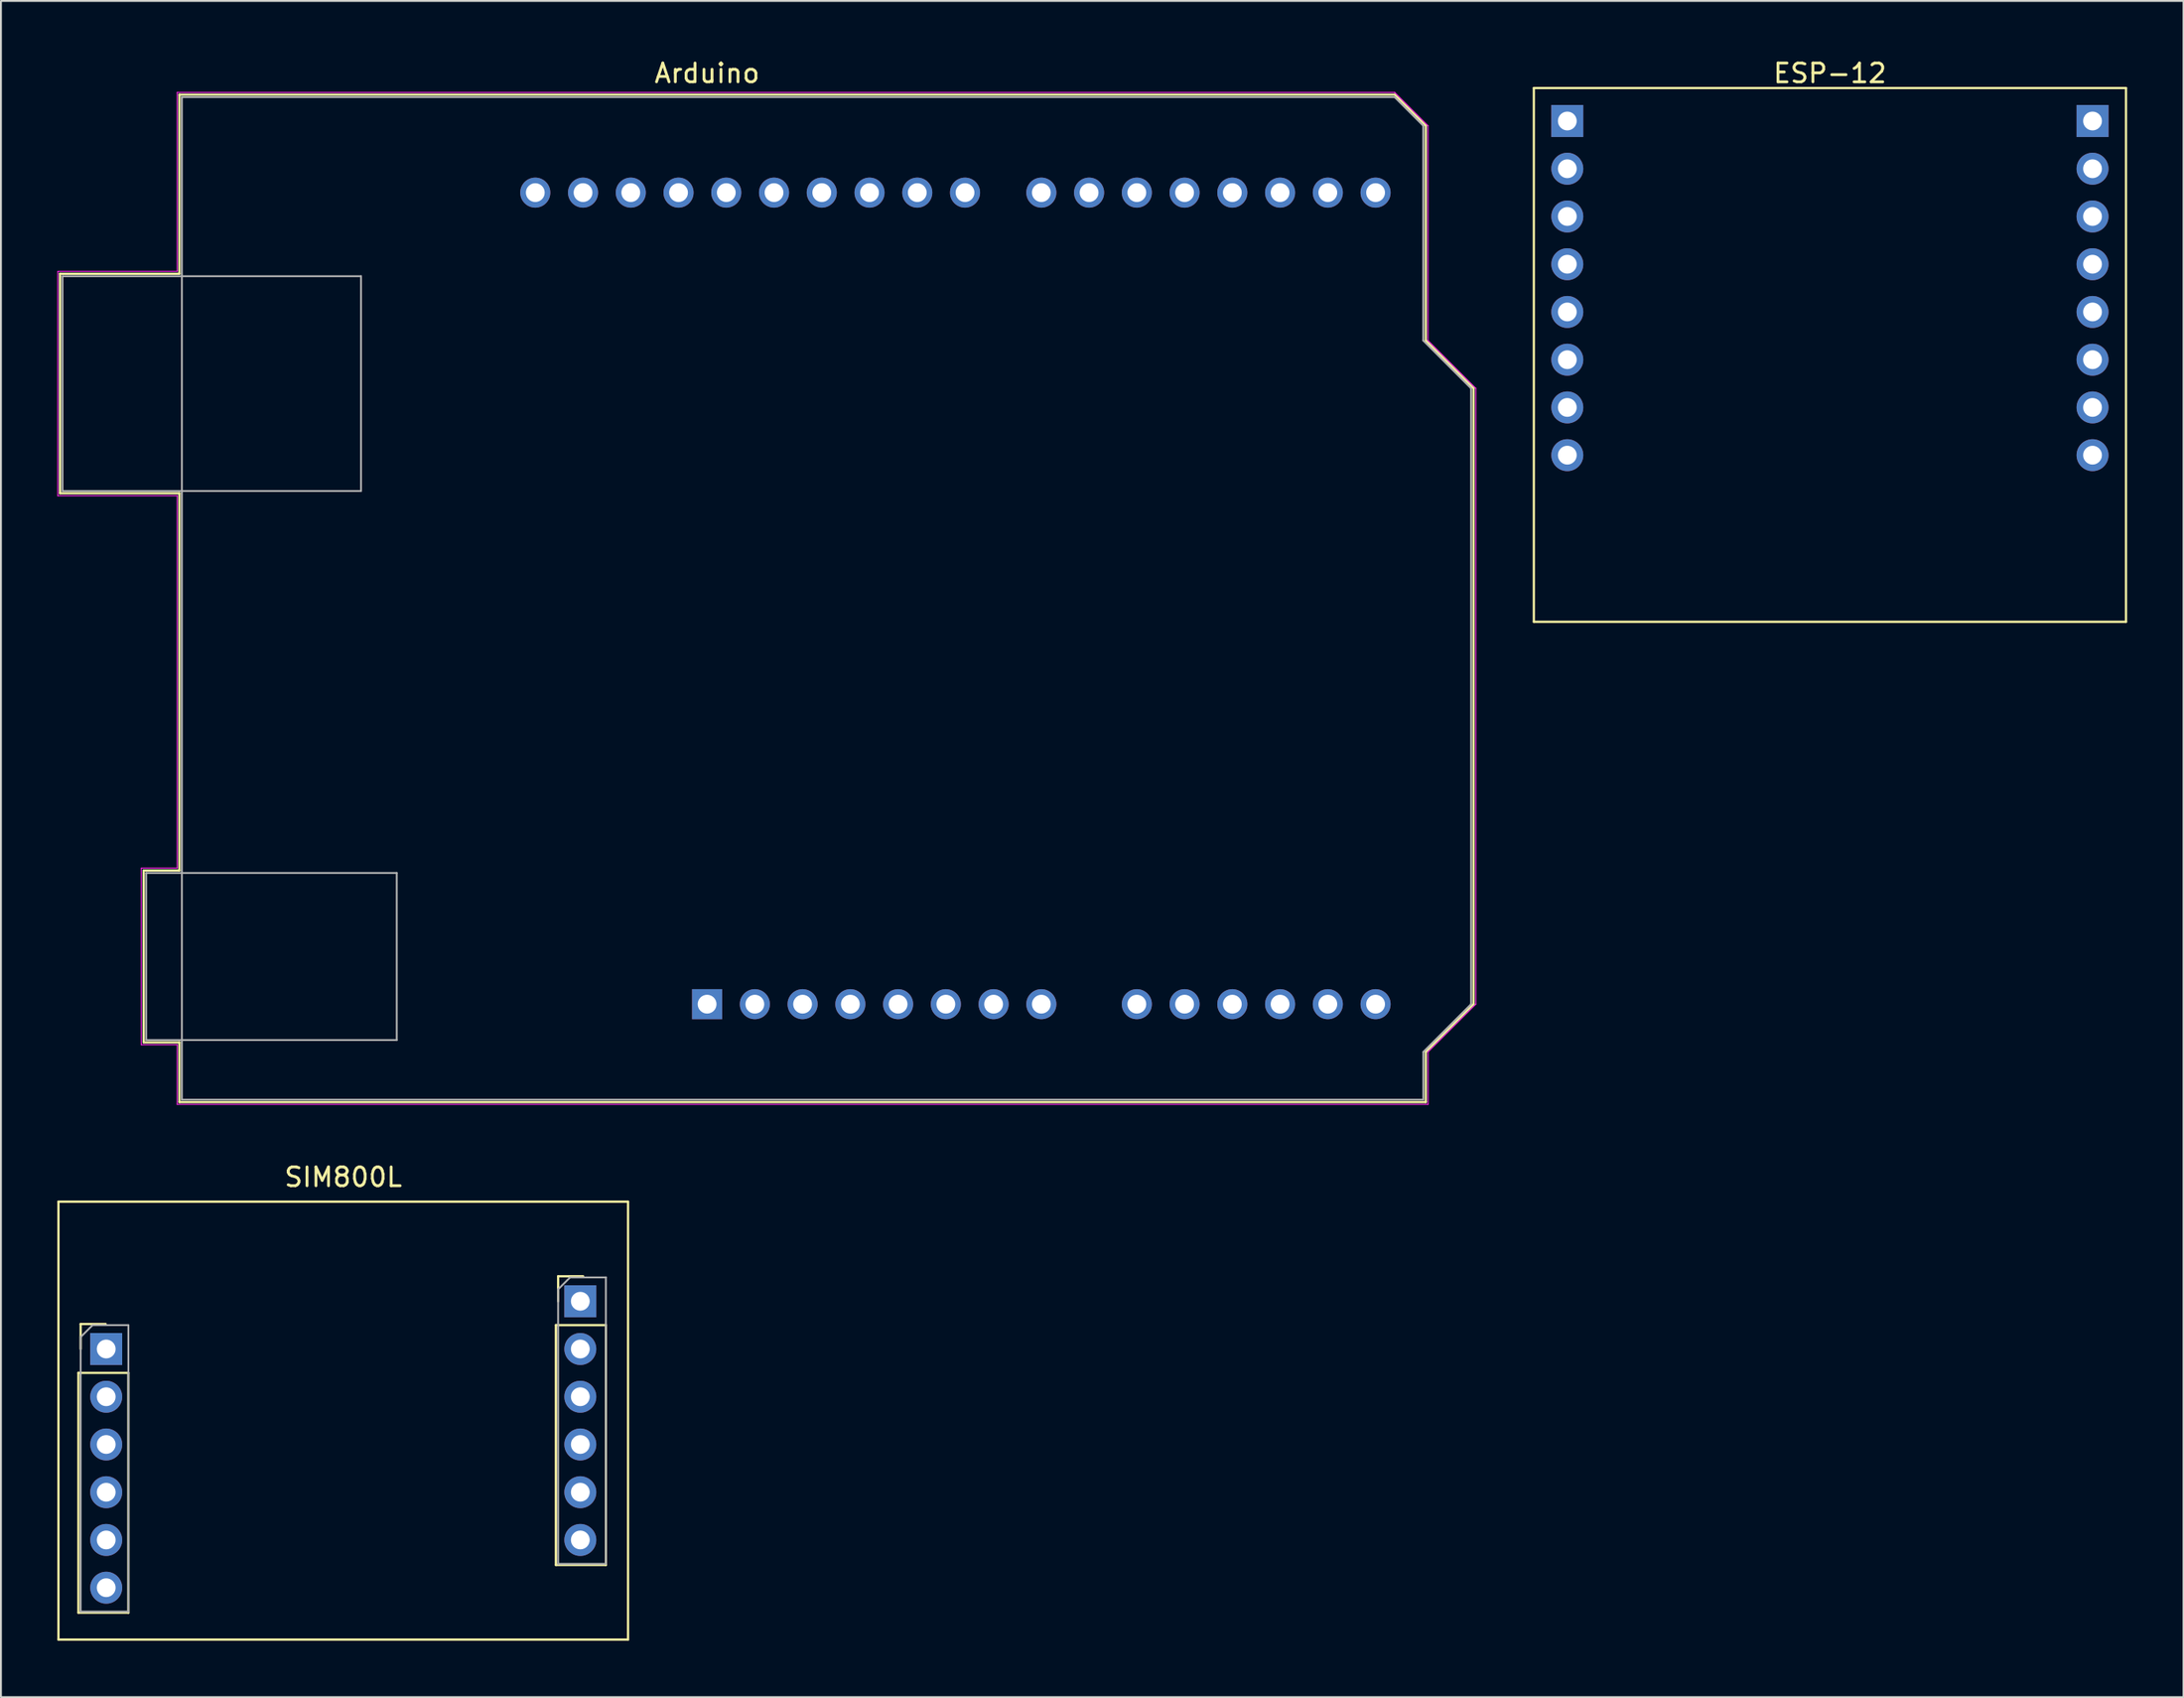
<source format=kicad_pcb>
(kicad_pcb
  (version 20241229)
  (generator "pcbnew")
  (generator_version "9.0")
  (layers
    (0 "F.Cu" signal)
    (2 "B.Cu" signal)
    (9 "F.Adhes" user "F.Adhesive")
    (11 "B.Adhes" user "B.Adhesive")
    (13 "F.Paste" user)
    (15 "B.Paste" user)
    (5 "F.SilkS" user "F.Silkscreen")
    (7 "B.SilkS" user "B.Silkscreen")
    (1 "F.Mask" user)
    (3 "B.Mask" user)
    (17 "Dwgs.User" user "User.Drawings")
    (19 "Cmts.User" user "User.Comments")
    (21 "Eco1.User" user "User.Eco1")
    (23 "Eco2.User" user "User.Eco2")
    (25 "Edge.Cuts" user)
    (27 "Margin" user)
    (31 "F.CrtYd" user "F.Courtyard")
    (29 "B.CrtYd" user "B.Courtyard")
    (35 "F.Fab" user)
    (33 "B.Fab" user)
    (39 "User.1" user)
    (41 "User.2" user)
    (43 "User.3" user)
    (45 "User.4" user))
  (footprint "ESP-12"
    (layer "F.Cu")
    (at 94.294 15.834)
    (property "Reference" "ESP-12" (at 0 -14.986 0) (layer "F.SilkS") (effects (font (size 1 1) (thickness 0.15))))
    (attr through_hole)
    (fp_line (start -15.75 -14.2) (end -15.75 14.2) (stroke (width 0.12) (type solid)) (layer "F.SilkS"))
    (fp_line (start -15.75 -14.2) (end 15.75 -14.2) (stroke (width 0.12) (type solid)) (layer "F.SilkS"))
    (fp_line (start 15.75 -14.2) (end 15.75 14.2) (stroke (width 0.12) (type solid)) (layer "F.SilkS"))
    (fp_line (start 15.75 14.2) (end -15.75 14.2) (stroke (width 0.12) (type solid)) (layer "F.SilkS"))
    (pad "1" thru_hole rect (at 13.97 -12.446) (size 1.7 1.7) (drill 1) (layers "*.Cu" "*.Mask"))
    (pad "2" thru_hole oval (at 13.97 -9.906) (size 1.7 1.7) (drill 1) (layers "*.Cu" "*.Mask"))
    (pad "3" thru_hole oval (at 13.97 -7.366) (size 1.7 1.7) (drill 1) (layers "*.Cu" "*.Mask"))
    (pad "4" thru_hole oval (at 13.97 -4.826) (size 1.7 1.7) (drill 1) (layers "*.Cu" "*.Mask"))
    (pad "5" thru_hole oval (at 13.97 -2.286) (size 1.7 1.7) (drill 1) (layers "*.Cu" "*.Mask"))
    (pad "6" thru_hole oval (at 13.97 0.254) (size 1.7 1.7) (drill 1) (layers "*.Cu" "*.Mask"))
    (pad "7" thru_hole oval (at 13.97 2.794) (size 1.7 1.7) (drill 1) (layers "*.Cu" "*.Mask"))
    (pad "8" thru_hole oval (at 13.97 5.334) (size 1.7 1.7) (drill 1) (layers "*.Cu" "*.Mask"))
    (pad "9" thru_hole rect (at -13.97 -12.446) (size 1.7 1.7) (drill 1) (layers "*.Cu" "*.Mask"))
    (pad "10" thru_hole oval (at -13.97 -9.906) (size 1.7 1.7) (drill 1) (layers "*.Cu" "*.Mask"))
    (pad "11" thru_hole oval (at -13.97 -7.366) (size 1.7 1.7) (drill 1) (layers "*.Cu" "*.Mask"))
    (pad "12" thru_hole oval (at -13.97 -4.826) (size 1.7 1.7) (drill 1) (layers "*.Cu" "*.Mask"))
    (pad "13" thru_hole oval (at -13.97 -2.286) (size 1.7 1.7) (drill 1) (layers "*.Cu" "*.Mask"))
    (pad "14" thru_hole oval (at -13.97 0.254) (size 1.7 1.7) (drill 1) (layers "*.Cu" "*.Mask"))
    (pad "15" thru_hole oval (at -13.97 2.794) (size 1.7 1.7) (drill 1) (layers "*.Cu" "*.Mask"))
    (pad "16" thru_hole oval (at -13.97 5.334) (size 1.7 1.7) (drill 1) (layers "*.Cu" "*.Mask")))
  (footprint "SIM800L"
    (layer "F.Cu")
    (at 15.21 72.535)
    (property "Reference" "SIM800L" (at 0 -12.954 0) (layer "F.SilkS") (effects (font (size 1 1) (thickness 0.15))))
    (attr through_hole)
    (fp_line (start -15.15 -11.65) (end 15.15 -11.65) (stroke (width 0.12) (type solid)) (layer "F.SilkS"))
    (fp_line (start -15.15 11.65) (end -15.15 -11.65) (stroke (width 0.12) (type solid)) (layer "F.SilkS"))
    (fp_line (start -14.09 -2.54) (end -14.09 10.22) (stroke (width 0.12) (type solid)) (layer "F.SilkS"))
    (fp_line (start -14.09 -2.54) (end -11.43 -2.54) (stroke (width 0.12) (type solid)) (layer "F.SilkS"))
    (fp_line (start -14.09 10.22) (end -11.43 10.22) (stroke (width 0.12) (type solid)) (layer "F.SilkS"))
    (fp_line (start -13.97 -5.14) (end -12.64 -5.14) (stroke (width 0.12) (type solid)) (layer "F.SilkS"))
    (fp_line (start -13.97 -3.81) (end -13.97 -5.14) (stroke (width 0.12) (type solid)) (layer "F.SilkS"))
    (fp_line (start -11.43 -2.54) (end -11.43 10.22) (stroke (width 0.12) (type solid)) (layer "F.SilkS"))
    (fp_line (start 11.31 -5.08) (end 11.31 7.68) (stroke (width 0.12) (type solid)) (layer "F.SilkS"))
    (fp_line (start 11.31 -5.08) (end 13.97 -5.08) (stroke (width 0.12) (type solid)) (layer "F.SilkS"))
    (fp_line (start 11.31 7.68) (end 13.97 7.68) (stroke (width 0.12) (type solid)) (layer "F.SilkS"))
    (fp_line (start 11.43 -7.68) (end 12.76 -7.68) (stroke (width 0.12) (type solid)) (layer "F.SilkS"))
    (fp_line (start 11.43 -6.35) (end 11.43 -7.68) (stroke (width 0.12) (type solid)) (layer "F.SilkS"))
    (fp_line (start 13.97 -5.08) (end 13.97 7.68) (stroke (width 0.12) (type solid)) (layer "F.SilkS"))
    (fp_line (start 15.15 -11.65) (end 15.15 11.65) (stroke (width 0.12) (type solid)) (layer "F.SilkS"))
    (fp_line (start 15.15 11.65) (end -15.15 11.65) (stroke (width 0.12) (type solid)) (layer "F.SilkS"))
    (fp_line (start -13.97 -4.445) (end -13.335 -5.08) (stroke (width 0.1) (type solid)) (layer "F.Fab"))
    (fp_line (start -13.97 10.16) (end -13.97 -4.445) (stroke (width 0.1) (type solid)) (layer "F.Fab"))
    (fp_line (start -13.335 -5.08) (end -11.43 -5.08) (stroke (width 0.1) (type solid)) (layer "F.Fab"))
    (fp_line (start -11.43 -5.08) (end -11.43 10.16) (stroke (width 0.1) (type solid)) (layer "F.Fab"))
    (fp_line (start -11.43 10.16) (end -13.97 10.16) (stroke (width 0.1) (type solid)) (layer "F.Fab"))
    (fp_line (start 11.43 -6.985) (end 12.065 -7.62) (stroke (width 0.1) (type solid)) (layer "F.Fab"))
    (fp_line (start 11.43 7.62) (end 11.43 -6.985) (stroke (width 0.1) (type solid)) (layer "F.Fab"))
    (fp_line (start 12.065 -7.62) (end 13.97 -7.62) (stroke (width 0.1) (type solid)) (layer "F.Fab"))
    (fp_line (start 13.97 -7.62) (end 13.97 7.62) (stroke (width 0.1) (type solid)) (layer "F.Fab"))
    (fp_line (start 13.97 7.62) (end 11.43 7.62) (stroke (width 0.1) (type solid)) (layer "F.Fab"))
    (pad "1" thru_hole rect (at 12.61 -6.35) (size 1.7 1.7) (drill 1) (layers "*.Cu" "*.Mask"))
    (pad "2" thru_hole oval (at 12.61 -3.81) (size 1.7 1.7) (drill 1) (layers "*.Cu" "*.Mask"))
    (pad "3" thru_hole oval (at 12.61 -1.27) (size 1.7 1.7) (drill 1) (layers "*.Cu" "*.Mask"))
    (pad "4" thru_hole oval (at 12.61 1.27) (size 1.7 1.7) (drill 1) (layers "*.Cu" "*.Mask"))
    (pad "5" thru_hole oval (at 12.61 3.81) (size 1.7 1.7) (drill 1) (layers "*.Cu" "*.Mask"))
    (pad "6" thru_hole oval (at 12.61 6.35) (size 1.7 1.7) (drill 1) (layers "*.Cu" "*.Mask"))
    (pad "7" thru_hole rect (at -12.61 -3.81) (size 1.7 1.7) (drill 1) (layers "*.Cu" "*.Mask"))
    (pad "8" thru_hole oval (at -12.61 -1.27) (size 1.7 1.7) (drill 1) (layers "*.Cu" "*.Mask"))
    (pad "9" thru_hole oval (at -12.61 1.27) (size 1.7 1.7) (drill 1) (layers "*.Cu" "*.Mask"))
    (pad "10" thru_hole oval (at -12.61 3.81) (size 1.7 1.7) (drill 1) (layers "*.Cu" "*.Mask"))
    (pad "11" thru_hole oval (at -12.61 6.35) (size 1.7 1.7) (drill 1) (layers "*.Cu" "*.Mask"))
    (pad "12" thru_hole oval (at -12.61 8.89) (size 1.7 1.7) (drill 1) (layers "*.Cu" "*.Mask")))
  (footprint "Arduino"
    (layer "F.Cu")
    (at 34.565 4.658)
    (property "Reference" "Arduino" (at 0 -3.81 0) (layer "F.SilkS") (effects (font (size 1 1) (thickness 0.15))))
    (attr through_hole)
    (fp_line (start -34.42 6.858) (end -34.42 18.538) (stroke (width 0.12) (type solid)) (layer "F.SilkS"))
    (fp_line (start -34.42 18.538) (end -28.07 18.538) (stroke (width 0.12) (type solid)) (layer "F.SilkS"))
    (fp_line (start -29.972 38.608) (end -29.972 47.748) (stroke (width 0.12) (type solid)) (layer "F.SilkS"))
    (fp_line (start -29.97 38.608) (end -28.07 38.608) (stroke (width 0.12) (type solid)) (layer "F.SilkS"))
    (fp_line (start -28.072 47.754) (end -29.972 47.754) (stroke (width 0.12) (type solid)) (layer "F.SilkS"))
    (fp_line (start -28.07 -2.67) (end -28.07 6.86) (stroke (width 0.12) (type solid)) (layer "F.SilkS"))
    (fp_line (start -28.07 -2.67) (end 36.58 -2.67) (stroke (width 0.12) (type solid)) (layer "F.SilkS"))
    (fp_line (start -28.07 6.858) (end -34.42 6.858) (stroke (width 0.12) (type solid)) (layer "F.SilkS"))
    (fp_line (start -28.07 18.538) (end -28.07 38.608) (stroke (width 0.12) (type solid)) (layer "F.SilkS"))
    (fp_line (start -28.07 47.75) (end -28.07 50.93) (stroke (width 0.12) (type solid)) (layer "F.SilkS"))
    (fp_line (start -28.07 50.93) (end 38.23 50.93) (stroke (width 0.12) (type solid)) (layer "F.SilkS"))
    (fp_line (start 38.23 -1.02) (end 36.58 -2.67) (stroke (width 0.12) (type solid)) (layer "F.SilkS"))
    (fp_line (start 38.23 10.41) (end 38.23 -1.02) (stroke (width 0.12) (type solid)) (layer "F.SilkS"))
    (fp_line (start 38.23 50.93) (end 38.23 48.26) (stroke (width 0.12) (type solid)) (layer "F.SilkS"))
    (fp_line (start 40.77 12.95) (end 38.23 10.41) (stroke (width 0.12) (type solid)) (layer "F.SilkS"))
    (fp_line (start 40.77 45.72) (end 38.23 48.26) (stroke (width 0.12) (type solid)) (layer "F.SilkS"))
    (fp_line (start 40.77 45.72) (end 40.77 12.95) (stroke (width 0.12) (type solid)) (layer "F.SilkS"))
    (fp_line (start -34.54 6.73) (end -28.19 6.73) (stroke (width 0.05) (type solid)) (layer "F.CrtYd"))
    (fp_line (start -34.54 18.67) (end -34.54 6.73) (stroke (width 0.05) (type solid)) (layer "F.CrtYd"))
    (fp_line (start -30.1 47.88) (end -30.1 38.48) (stroke (width 0.05) (type solid)) (layer "F.CrtYd"))
    (fp_line (start -30.1 47.88) (end -28.19 47.88) (stroke (width 0.05) (type solid)) (layer "F.CrtYd"))
    (fp_line (start -28.19 6.73) (end -28.19 -2.79) (stroke (width 0.05) (type solid)) (layer "F.CrtYd"))
    (fp_line (start -28.19 18.67) (end -34.54 18.67) (stroke (width 0.05) (type solid)) (layer "F.CrtYd"))
    (fp_line (start -28.19 38.48) (end -30.1 38.48) (stroke (width 0.05) (type solid)) (layer "F.CrtYd"))
    (fp_line (start -28.19 38.48) (end -28.19 18.67) (stroke (width 0.05) (type solid)) (layer "F.CrtYd"))
    (fp_line (start -28.19 51.05) (end -28.19 47.88) (stroke (width 0.05) (type solid)) (layer "F.CrtYd"))
    (fp_line (start 36.58 -2.79) (end -28.19 -2.79) (stroke (width 0.05) (type solid)) (layer "F.CrtYd"))
    (fp_line (start 36.58 -2.79) (end 38.35 -1.02) (stroke (width 0.05) (type solid)) (layer "F.CrtYd"))
    (fp_line (start 38.35 -1.02) (end 38.35 10.41) (stroke (width 0.05) (type solid)) (layer "F.CrtYd"))
    (fp_line (start 38.35 10.41) (end 40.89 12.95) (stroke (width 0.05) (type solid)) (layer "F.CrtYd"))
    (fp_line (start 38.35 51.05) (end -28.19 51.05) (stroke (width 0.05) (type solid)) (layer "F.CrtYd"))
    (fp_line (start 38.354 48.26) (end 38.354 51.05) (stroke (width 0.05) (type solid)) (layer "F.CrtYd"))
    (fp_line (start 38.354 48.26) (end 40.894 45.72) (stroke (width 0.05) (type solid)) (layer "F.CrtYd"))
    (fp_line (start 40.894 12.95) (end 40.894 45.72) (stroke (width 0.05) (type solid)) (layer "F.CrtYd"))
    (fp_line (start -34.29 6.988) (end -18.41 6.988) (stroke (width 0.1) (type solid)) (layer "F.Fab"))
    (fp_line (start -34.29 18.418) (end -34.29 6.988) (stroke (width 0.1) (type solid)) (layer "F.Fab"))
    (fp_line (start -29.84 38.74) (end -16.51 38.74) (stroke (width 0.1) (type solid)) (layer "F.Fab"))
    (fp_line (start -29.84 47.63) (end -29.84 38.74) (stroke (width 0.1) (type solid)) (layer "F.Fab"))
    (fp_line (start -27.94 50.8) (end -27.94 -2.54) (stroke (width 0.1) (type solid)) (layer "F.Fab"))
    (fp_line (start -18.41 6.988) (end -18.41 18.418) (stroke (width 0.1) (type solid)) (layer "F.Fab"))
    (fp_line (start -18.41 18.418) (end -34.29 18.418) (stroke (width 0.1) (type solid)) (layer "F.Fab"))
    (fp_line (start -16.51 38.74) (end -16.51 47.63) (stroke (width 0.1) (type solid)) (layer "F.Fab"))
    (fp_line (start -16.51 47.63) (end -29.84 47.63) (stroke (width 0.1) (type solid)) (layer "F.Fab"))
    (fp_line (start 36.576 -2.54) (end 38.096 -1.02) (stroke (width 0.1) (type solid)) (layer "F.Fab"))
    (fp_line (start 36.58 -2.54) (end -27.94 -2.54) (stroke (width 0.1) (type solid)) (layer "F.Fab"))
    (fp_line (start 38.096 -1.02) (end 38.096 10.41) (stroke (width 0.1) (type solid)) (layer "F.Fab"))
    (fp_line (start 38.096 10.41) (end 40.636 12.95) (stroke (width 0.1) (type solid)) (layer "F.Fab"))
    (fp_line (start 38.1 48.26) (end 38.1 50.8) (stroke (width 0.1) (type solid)) (layer "F.Fab"))
    (fp_line (start 38.1 48.26) (end 40.64 45.72) (stroke (width 0.1) (type solid)) (layer "F.Fab"))
    (fp_line (start 38.1 50.8) (end -27.94 50.8) (stroke (width 0.1) (type solid)) (layer "F.Fab"))
    (fp_line (start 40.64 12.95) (end 40.64 45.72) (stroke (width 0.1) (type solid)) (layer "F.Fab"))
    (pad "1" thru_hole rect (at 0 45.72 90) (size 1.6 1.6) (drill 1) (layers "*.Cu" "*.Mask"))
    (pad "2" thru_hole oval (at 2.54 45.72 90) (size 1.6 1.6) (drill 1) (layers "*.Cu" "*.Mask"))
    (pad "3" thru_hole oval (at 5.08 45.72 90) (size 1.6 1.6) (drill 1) (layers "*.Cu" "*.Mask"))
    (pad "4" thru_hole oval (at 7.62 45.72 90) (size 1.6 1.6) (drill 1) (layers "*.Cu" "*.Mask"))
    (pad "5" thru_hole oval (at 10.16 45.72 90) (size 1.6 1.6) (drill 1) (layers "*.Cu" "*.Mask"))
    (pad "6" thru_hole oval (at 12.7 45.72 90) (size 1.6 1.6) (drill 1) (layers "*.Cu" "*.Mask"))
    (pad "7" thru_hole oval (at 15.24 45.72 90) (size 1.6 1.6) (drill 1) (layers "*.Cu" "*.Mask"))
    (pad "8" thru_hole oval (at 17.78 45.72 90) (size 1.6 1.6) (drill 1) (layers "*.Cu" "*.Mask"))
    (pad "9" thru_hole oval (at 22.86 45.72 90) (size 1.6 1.6) (drill 1) (layers "*.Cu" "*.Mask"))
    (pad "10" thru_hole oval (at 25.4 45.72 90) (size 1.6 1.6) (drill 1) (layers "*.Cu" "*.Mask"))
    (pad "11" thru_hole oval (at 27.94 45.72 90) (size 1.6 1.6) (drill 1) (layers "*.Cu" "*.Mask"))
    (pad "12" thru_hole oval (at 30.48 45.72 90) (size 1.6 1.6) (drill 1) (layers "*.Cu" "*.Mask"))
    (pad "13" thru_hole oval (at 33.02 45.72 90) (size 1.6 1.6) (drill 1) (layers "*.Cu" "*.Mask"))
    (pad "14" thru_hole oval (at 35.56 45.72 90) (size 1.6 1.6) (drill 1) (layers "*.Cu" "*.Mask"))
    (pad "15" thru_hole oval (at 35.56 2.54 90) (size 1.6 1.6) (drill 1) (layers "*.Cu" "*.Mask"))
    (pad "16" thru_hole oval (at 33.02 2.54 90) (size 1.6 1.6) (drill 1) (layers "*.Cu" "*.Mask"))
    (pad "17" thru_hole oval (at 30.48 2.54 90) (size 1.6 1.6) (drill 1) (layers "*.Cu" "*.Mask"))
    (pad "18" thru_hole oval (at 27.94 2.54 90) (size 1.6 1.6) (drill 1) (layers "*.Cu" "*.Mask"))
    (pad "19" thru_hole oval (at 25.4 2.54 90) (size 1.6 1.6) (drill 1) (layers "*.Cu" "*.Mask"))
    (pad "20" thru_hole oval (at 22.86 2.54 90) (size 1.6 1.6) (drill 1) (layers "*.Cu" "*.Mask"))
    (pad "21" thru_hole oval (at 20.32 2.54 90) (size 1.6 1.6) (drill 1) (layers "*.Cu" "*.Mask"))
    (pad "22" thru_hole oval (at 17.78 2.54 90) (size 1.6 1.6) (drill 1) (layers "*.Cu" "*.Mask"))
    (pad "23" thru_hole oval (at 13.72 2.54 90) (size 1.6 1.6) (drill 1) (layers "*.Cu" "*.Mask"))
    (pad "24" thru_hole oval (at 11.18 2.54 90) (size 1.6 1.6) (drill 1) (layers "*.Cu" "*.Mask"))
    (pad "25" thru_hole oval (at 8.64 2.54 90) (size 1.6 1.6) (drill 1) (layers "*.Cu" "*.Mask"))
    (pad "26" thru_hole oval (at 6.1 2.54 90) (size 1.6 1.6) (drill 1) (layers "*.Cu" "*.Mask"))
    (pad "27" thru_hole oval (at 3.56 2.54 90) (size 1.6 1.6) (drill 1) (layers "*.Cu" "*.Mask"))
    (pad "28" thru_hole oval (at 1.02 2.54 90) (size 1.6 1.6) (drill 1) (layers "*.Cu" "*.Mask"))
    (pad "29" thru_hole oval (at -1.52 2.54 90) (size 1.6 1.6) (drill 1) (layers "*.Cu" "*.Mask"))
    (pad "30" thru_hole oval (at -4.06 2.54 90) (size 1.6 1.6) (drill 1) (layers "*.Cu" "*.Mask"))
    (pad "31" thru_hole oval (at -6.6 2.54 90) (size 1.6 1.6) (drill 1) (layers "*.Cu" "*.Mask"))
    (pad "32" thru_hole oval (at -9.14 2.54 90) (size 1.6 1.6) (drill 1) (layers "*.Cu" "*.Mask")))
  (gr_rect
    (start -3 -3)
    (end 113.104 87.246)
    (stroke (width 0.1) (type default))
    (fill no)
    (layer "Edge.Cuts")))
</source>
